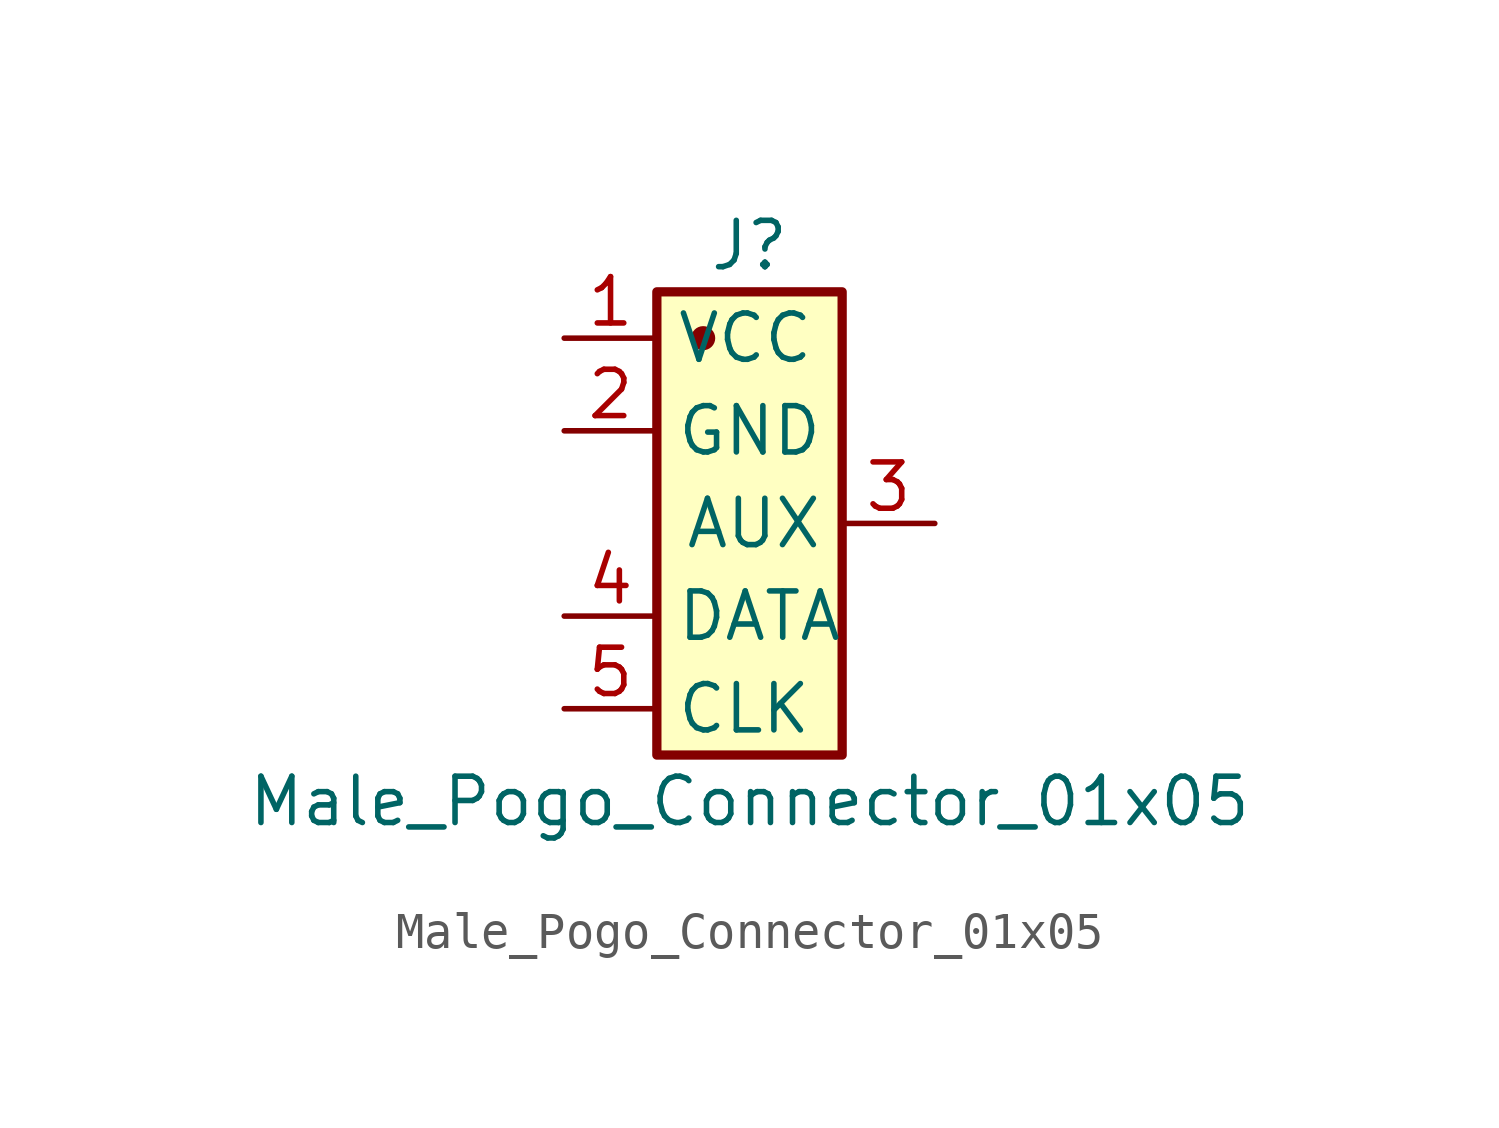
<source format=kicad_sym>
(kicad_symbol_lib
  (version 20241209)
  (generator "kicad_symbol_editor")
  (generator_version "9.0")
  (symbol "Male_Pogo_Connector_01x05"
    (property "Reference" "J"
      (at 0 6.35 0)
      (effects (font (size 1.27 1.27))))
    (property "Value" "Male_Pogo_Connector_01x05"
      (at 0 -8.89 0)
      (effects (font (size 1.27 1.27))))
    (symbol "Male_Pogo_Connector_01x05_1_1"
      (rectangle (start -2.54 5.08) (end 2.54 -7.62) (stroke (width 0.254) (type default)) (fill (type background)))
      (circle (center -1.27 3.81) (radius 0.254) (stroke (width 0) (type default)) (fill (type outline)))
      (pin power_in line (at -5.08 3.81 0) (length 2.54) (name "VCC" (effects (font (size 1.27 1.27)))) (number "1" (effects (font (size 1.27 1.27)))))
      (pin power_in line (at -5.08 1.27 0) (length 2.54) (name "GND" (effects (font (size 1.27 1.27)))) (number "2" (effects (font (size 1.27 1.27)))))
      (pin bidirectional line (at -5.08 -3.81 0) (length 2.54) (name "DATA" (effects (font (size 1.27 1.27)))) (number "4" (effects (font (size 1.27 1.27)))))
      (pin bidirectional line (at -5.08 -6.35 0) (length 2.54) (name "CLK" (effects (font (size 1.27 1.27)))) (number "5" (effects (font (size 1.27 1.27)))))
      (pin bidirectional line (at 5.08 -1.27 180) (length 2.54) (name "AUX" (effects (font (size 1.27 1.27)))) (number "3" (effects (font (size 1.27 1.27))))))))
</source>
